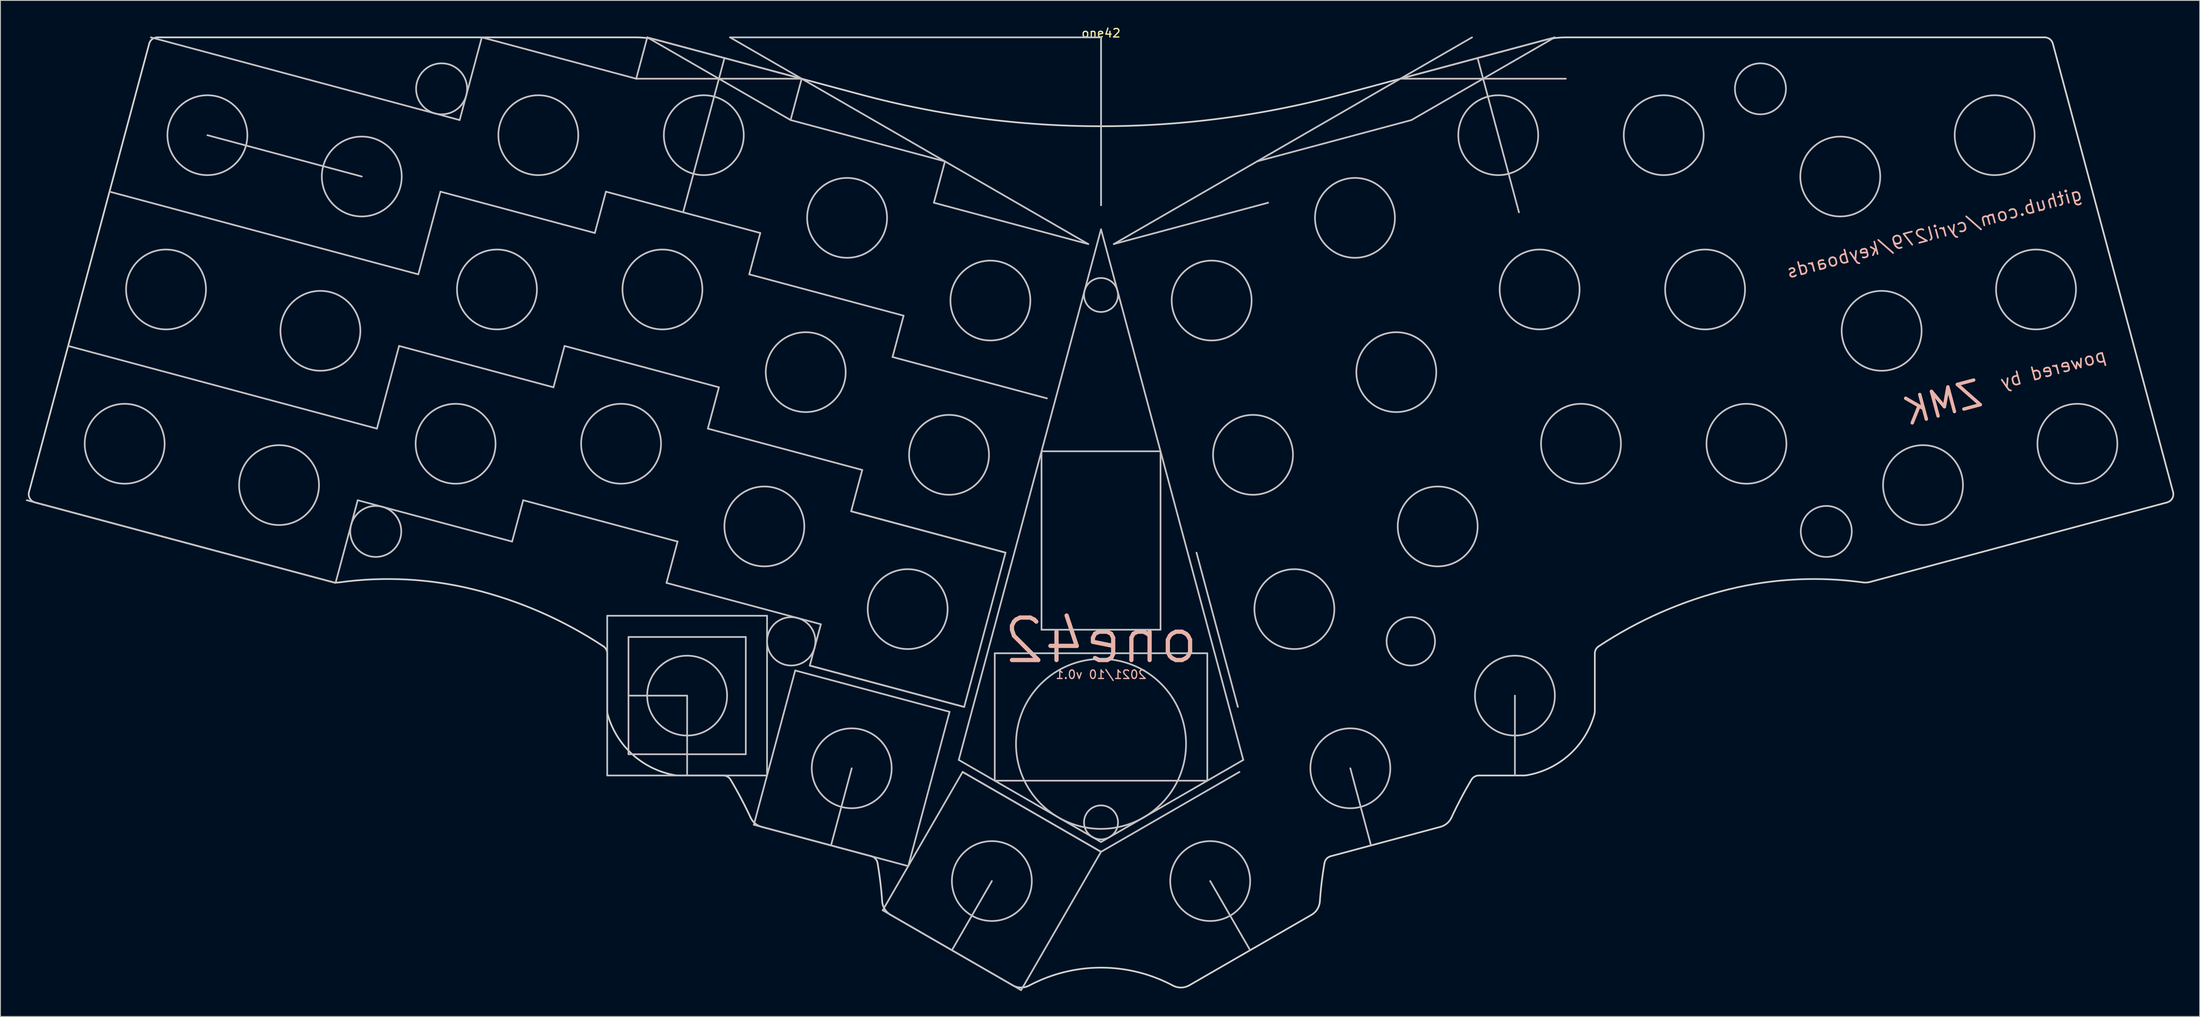
<source format=kicad_pcb>
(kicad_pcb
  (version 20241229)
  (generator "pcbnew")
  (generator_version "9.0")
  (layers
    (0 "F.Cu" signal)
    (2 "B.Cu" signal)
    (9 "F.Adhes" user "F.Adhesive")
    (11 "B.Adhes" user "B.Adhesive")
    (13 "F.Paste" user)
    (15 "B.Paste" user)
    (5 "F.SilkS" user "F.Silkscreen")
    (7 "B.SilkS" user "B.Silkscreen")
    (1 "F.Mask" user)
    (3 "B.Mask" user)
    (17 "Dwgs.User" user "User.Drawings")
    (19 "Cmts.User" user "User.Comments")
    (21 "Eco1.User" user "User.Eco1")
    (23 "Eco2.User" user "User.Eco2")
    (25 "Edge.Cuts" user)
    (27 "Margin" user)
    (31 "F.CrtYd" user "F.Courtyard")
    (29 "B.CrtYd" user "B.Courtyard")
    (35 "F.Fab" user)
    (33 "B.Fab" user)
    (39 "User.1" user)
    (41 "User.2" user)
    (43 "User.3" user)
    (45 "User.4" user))
  (footprint "one42"
    (layer "F.Cu")
    (at 126.458 1.348)
    (property "Reference" "one42" (at 0 -0.5 0) (unlocked yes) (layer "F.SilkS") (effects (font (size 1 1) (thickness 0.15))))
    (fp_line (start -12.5 72.5) (end -9.5 72.5) (stroke (width 0.12) (type solid)) (layer "F.SilkS"))
    (fp_line (start -12.5 75.5) (end -12.5 72.5) (stroke (width 0.12) (type solid)) (layer "F.SilkS"))
    (fp_line (start -12.5 87.5) (end -12.5 84.5) (stroke (width 0.12) (type solid)) (layer "F.SilkS"))
    (fp_line (start -9.5 87.5) (end -12.5 87.5) (stroke (width 0.12) (type solid)) (layer "F.SilkS"))
    (fp_line (start 9.5 72.5) (end 12.5 72.5) (stroke (width 0.12) (type solid)) (layer "F.SilkS"))
    (fp_line (start 12.5 72.5) (end 12.5 75.5) (stroke (width 0.12) (type solid)) (layer "F.SilkS"))
    (fp_line (start 12.5 84.5) (end 12.5 87.5) (stroke (width 0.12) (type solid)) (layer "F.SilkS"))
    (fp_line (start 12.5 87.5) (end 9.5 87.5) (stroke (width 0.12) (type solid)) (layer "F.SilkS"))
    (fp_line (start -105.113 11.513) (end -86.954 16.378) (stroke (width 0.2) (type solid)) (layer "Dwgs.User"))
    (fp_line (start -90.039 64.21) (end -126.358 54.478) (stroke (width 0.2) (type solid)) (layer "Dwgs.User"))
    (fp_line (start -87.431 54.478) (end -90.039 64.21) (stroke (width 0.2) (type solid)) (layer "Dwgs.User"))
    (fp_line (start -85.173 46.05) (end -121.492 36.319) (stroke (width 0.2) (type solid)) (layer "Dwgs.User"))
    (fp_line (start -82.565 36.319) (end -85.173 46.05) (stroke (width 0.2) (type solid)) (layer "Dwgs.User"))
    (fp_line (start -80.307 27.891) (end -116.626 18.159) (stroke (width 0.2) (type solid)) (layer "Dwgs.User"))
    (fp_line (start -77.7 18.159) (end -80.307 27.891) (stroke (width 0.2) (type solid)) (layer "Dwgs.User"))
    (fp_line (start -75.441 9.732) (end -111.76 0) (stroke (width 0.2) (type solid)) (layer "Dwgs.User"))
    (fp_line (start -72.834 0) (end -75.441 9.732) (stroke (width 0.2) (type solid)) (layer "Dwgs.User"))
    (fp_line (start -69.272 59.344) (end -87.431 54.478) (stroke (width 0.2) (type solid)) (layer "Dwgs.User"))
    (fp_line (start -69.272 59.344) (end -67.968 54.478) (stroke (width 0.2) (type solid)) (layer "Dwgs.User"))
    (fp_line (start -67.968 54.478) (end -49.809 59.344) (stroke (width 0.2) (type solid)) (layer "Dwgs.User"))
    (fp_line (start -64.406 41.185) (end -82.565 36.319) (stroke (width 0.2) (type solid)) (layer "Dwgs.User"))
    (fp_line (start -64.406 41.185) (end -63.102 36.319) (stroke (width 0.2) (type solid)) (layer "Dwgs.User"))
    (fp_line (start -63.102 36.319) (end -44.943 41.185) (stroke (width 0.2) (type solid)) (layer "Dwgs.User"))
    (fp_line (start -59.54 23.025) (end -77.7 18.159) (stroke (width 0.2) (type solid)) (layer "Dwgs.User"))
    (fp_line (start -59.54 23.025) (end -58.236 18.159) (stroke (width 0.2) (type solid)) (layer "Dwgs.User"))
    (fp_line (start -58.236 18.159) (end -40.077 23.025) (stroke (width 0.2) (type solid)) (layer "Dwgs.User"))
    (fp_line (start -58.084 68.076) (end -39.284 68.076) (stroke (width 0.2) (type solid)) (layer "Dwgs.User"))
    (fp_line (start -58.084 86.876) (end -58.084 68.076) (stroke (width 0.2) (type solid)) (layer "Dwgs.User"))
    (fp_line (start -55.584 70.576) (end -55.584 84.376) (stroke (width 0.2) (type solid)) (layer "Dwgs.User"))
    (fp_line (start -55.584 84.376) (end -41.784 84.376) (stroke (width 0.2) (type solid)) (layer "Dwgs.User"))
    (fp_line (start -54.674 4.866) (end -72.834 0) (stroke (width 0.2) (type solid)) (layer "Dwgs.User"))
    (fp_line (start -54.674 4.866) (end -53.371 0) (stroke (width 0.2) (type solid)) (layer "Dwgs.User"))
    (fp_line (start -53.371 0) (end -36.515 9.732) (stroke (width 0.2) (type solid)) (layer "Dwgs.User"))
    (fp_line (start -53.371 0) (end -35.211 4.866) (stroke (width 0.2) (type solid)) (layer "Dwgs.User"))
    (fp_line (start -51.112 64.21) (end -32.953 69.076) (stroke (width 0.2) (type solid)) (layer "Dwgs.User"))
    (fp_line (start -49.809 59.344) (end -51.112 64.21) (stroke (width 0.2) (type solid)) (layer "Dwgs.User"))
    (fp_line (start -48.684 77.476) (end -55.584 77.476) (stroke (width 0.2) (type solid)) (layer "Dwgs.User"))
    (fp_line (start -48.684 86.876) (end -48.684 77.476) (stroke (width 0.2) (type solid)) (layer "Dwgs.User"))
    (fp_line (start -46.247 46.05) (end -28.087 50.916) (stroke (width 0.2) (type solid)) (layer "Dwgs.User"))
    (fp_line (start -44.943 41.185) (end -46.247 46.05) (stroke (width 0.2) (type solid)) (layer "Dwgs.User"))
    (fp_line (start -44.291 2.433) (end -49.157 20.592) (stroke (width 0.2) (type solid)) (layer "Dwgs.User"))
    (fp_line (start -43.639 0) (end -1.5 24.329) (stroke (width 0.2) (type solid)) (layer "Dwgs.User"))
    (fp_line (start -41.784 70.576) (end -55.584 70.576) (stroke (width 0.2) (type solid)) (layer "Dwgs.User"))
    (fp_line (start -41.784 84.376) (end -41.784 70.576) (stroke (width 0.2) (type solid)) (layer "Dwgs.User"))
    (fp_line (start -41.381 27.891) (end -23.221 32.757) (stroke (width 0.2) (type solid)) (layer "Dwgs.User"))
    (fp_line (start -40.838 92.676) (end -22.679 97.542) (stroke (width 0.2) (type solid)) (layer "Dwgs.User"))
    (fp_line (start -40.077 23.025) (end -41.381 27.891) (stroke (width 0.2) (type solid)) (layer "Dwgs.User"))
    (fp_line (start -39.284 68.076) (end -39.284 86.876) (stroke (width 0.2) (type solid)) (layer "Dwgs.User"))
    (fp_line (start -39.284 86.876) (end -58.084 86.876) (stroke (width 0.2) (type solid)) (layer "Dwgs.User"))
    (fp_line (start -36.515 9.732) (end -18.356 14.597) (stroke (width 0.2) (type solid)) (layer "Dwgs.User"))
    (fp_line (start -35.973 74.517) (end -40.838 92.676) (stroke (width 0.2) (type solid)) (layer "Dwgs.User"))
    (fp_line (start -35.211 4.866) (end -54.674 4.866) (stroke (width 0.2) (type solid)) (layer "Dwgs.User"))
    (fp_line (start -35.211 4.866) (end -36.515 9.732) (stroke (width 0.2) (type solid)) (layer "Dwgs.User"))
    (fp_line (start -34.257 73.941) (end -16.097 78.807) (stroke (width 0.2) (type solid)) (layer "Dwgs.User"))
    (fp_line (start -34.257 73.941) (end -16.097 78.807) (stroke (width 0.2) (type solid)) (layer "Dwgs.User"))
    (fp_line (start -32.953 69.076) (end -34.257 73.941) (stroke (width 0.2) (type solid)) (layer "Dwgs.User"))
    (fp_line (start -29.391 55.782) (end -11.232 60.648) (stroke (width 0.2) (type solid)) (layer "Dwgs.User"))
    (fp_line (start -29.391 55.782) (end -11.232 60.648) (stroke (width 0.2) (type solid)) (layer "Dwgs.User"))
    (fp_line (start -29.326 86.03) (end -31.759 95.109) (stroke (width 0.2) (type solid)) (layer "Dwgs.User"))
    (fp_line (start -28.087 50.916) (end -29.391 55.782) (stroke (width 0.2) (type solid)) (layer "Dwgs.User"))
    (fp_line (start -25.681 102.742) (end -9.4 112.142) (stroke (width 0.2) (type solid)) (layer "Dwgs.User"))
    (fp_line (start -24.525 37.623) (end -6.366 42.488) (stroke (width 0.2) (type solid)) (layer "Dwgs.User"))
    (fp_line (start -23.221 32.757) (end -24.525 37.623) (stroke (width 0.2) (type solid)) (layer "Dwgs.User"))
    (fp_line (start -22.679 97.542) (end -17.813 79.383) (stroke (width 0.2) (type solid)) (layer "Dwgs.User"))
    (fp_line (start -19.659 19.463) (end -1.5 24.329) (stroke (width 0.2) (type solid)) (layer "Dwgs.User"))
    (fp_line (start -18.356 14.597) (end -19.659 19.463) (stroke (width 0.2) (type solid)) (layer "Dwgs.User"))
    (fp_line (start -17.813 79.383) (end -35.973 74.517) (stroke (width 0.2) (type solid)) (layer "Dwgs.User"))
    (fp_line (start -17.541 107.442) (end -12.841 99.302) (stroke (width 0.2) (type solid)) (layer "Dwgs.User"))
    (fp_line (start -16.734 85.045) (end 0 94.706) (stroke (width 0.2) (type solid)) (layer "Dwgs.User"))
    (fp_line (start -16.281 86.461) (end -25.681 102.742) (stroke (width 0.2) (type solid)) (layer "Dwgs.User"))
    (fp_line (start -16.281 86.461) (end 0 95.861) (stroke (width 0.2) (type solid)) (layer "Dwgs.User"))
    (fp_line (start -16.097 78.807) (end -11.232 60.648) (stroke (width 0.2) (type solid)) (layer "Dwgs.User"))
    (fp_line (start -12.5 72.489) (end -12.5 87.489) (stroke (width 0.2) (type solid)) (layer "Dwgs.User"))
    (fp_line (start -12.5 87.489) (end 12.5 87.489) (stroke (width 0.2) (type solid)) (layer "Dwgs.User"))
    (fp_line (start -9.4 112.142) (end 0 95.861) (stroke (width 0.2) (type solid)) (layer "Dwgs.User"))
    (fp_line (start -7 48.719) (end 7 48.719) (stroke (width 0.2) (type solid)) (layer "Dwgs.User"))
    (fp_line (start -7 69.719) (end -7 48.719) (stroke (width 0.2) (type solid)) (layer "Dwgs.User"))
    (fp_line (start 0 0) (end -43.639 0) (stroke (width 0.2) (type solid)) (layer "Dwgs.User"))
    (fp_line (start 0 0) (end 0 19.759) (stroke (width 0.2) (type solid)) (layer "Dwgs.User"))
    (fp_line (start 0 0) (end 0 19.759) (stroke (width 0.2) (type solid)) (layer "Dwgs.User"))
    (fp_line (start 0 22.595) (end -16.734 85.045) (stroke (width 0.2) (type solid)) (layer "Dwgs.User"))
    (fp_line (start 0 22.595) (end 16.734 85.045) (stroke (width 0.2) (type solid)) (layer "Dwgs.User"))
    (fp_line (start 0 95.861) (end -16.281 86.461) (stroke (width 0.2) (type solid)) (layer "Dwgs.User"))
    (fp_line (start 7 48.719) (end 7 69.719) (stroke (width 0.2) (type solid)) (layer "Dwgs.User"))
    (fp_line (start 7 69.719) (end -7 69.719) (stroke (width 0.2) (type solid)) (layer "Dwgs.User"))
    (fp_line (start 12.5 72.489) (end -12.5 72.489) (stroke (width 0.2) (type solid)) (layer "Dwgs.User"))
    (fp_line (start 12.5 87.489) (end 12.5 72.489) (stroke (width 0.2) (type solid)) (layer "Dwgs.User"))
    (fp_line (start 16.097 78.807) (end 11.232 60.648) (stroke (width 0.2) (type solid)) (layer "Dwgs.User"))
    (fp_line (start 16.281 86.461) (end 0 95.861) (stroke (width 0.2) (type solid)) (layer "Dwgs.User"))
    (fp_line (start 16.734 85.045) (end 0 94.706) (stroke (width 0.2) (type solid)) (layer "Dwgs.User"))
    (fp_line (start 17.541 107.442) (end 12.841 99.302) (stroke (width 0.2) (type solid)) (layer "Dwgs.User"))
    (fp_line (start 19.659 19.463) (end 1.5 24.329) (stroke (width 0.2) (type solid)) (layer "Dwgs.User"))
    (fp_line (start 29.326 86.03) (end 31.759 95.109) (stroke (width 0.2) (type solid)) (layer "Dwgs.User"))
    (fp_line (start 35.211 4.866) (end 54.674 4.866) (stroke (width 0.2) (type solid)) (layer "Dwgs.User"))
    (fp_line (start 36.515 9.732) (end 18.356 14.597) (stroke (width 0.2) (type solid)) (layer "Dwgs.User"))
    (fp_line (start 43.639 0) (end 1.5 24.329) (stroke (width 0.2) (type solid)) (layer "Dwgs.User"))
    (fp_line (start 44.291 2.433) (end 49.157 20.592) (stroke (width 0.2) (type solid)) (layer "Dwgs.User"))
    (fp_line (start 48.684 86.876) (end 48.684 77.476) (stroke (width 0.2) (type solid)) (layer "Dwgs.User"))
    (fp_line (start 53.371 0) (end 35.211 4.866) (stroke (width 0.2) (type solid)) (layer "Dwgs.User"))
    (fp_line (start 53.371 0) (end 36.515 9.732) (stroke (width 0.2) (type solid)) (layer "Dwgs.User"))
    (fp_circle (center -114.845 47.831) (end -110.145 47.831) (stroke (width 0.2) (type solid)) (fill no) (layer "Dwgs.User"))
    (fp_circle (center -109.979 29.672) (end -105.279 29.672) (stroke (width 0.2) (type solid)) (fill no) (layer "Dwgs.User"))
    (fp_circle (center -105.113 11.513) (end -100.413 11.513) (stroke (width 0.2) (type solid)) (fill no) (layer "Dwgs.User"))
    (fp_circle (center -96.686 52.697) (end -91.986 52.697) (stroke (width 0.2) (type solid)) (fill no) (layer "Dwgs.User"))
    (fp_circle (center -91.82 34.538) (end -87.12 34.538) (stroke (width 0.2) (type solid)) (fill no) (layer "Dwgs.User"))
    (fp_circle (center -86.954 16.378) (end -82.254 16.378) (stroke (width 0.2) (type solid)) (fill no) (layer "Dwgs.User"))
    (fp_circle (center -85.31 58.152) (end -82.31 58.152) (stroke (width 0.2) (type solid)) (fill no) (layer "Dwgs.User"))
    (fp_circle (center -77.563 6.057) (end -74.563 6.057) (stroke (width 0.2) (type solid)) (fill no) (layer "Dwgs.User"))
    (fp_circle (center -75.919 47.831) (end -71.219 47.831) (stroke (width 0.2) (type solid)) (fill no) (layer "Dwgs.User"))
    (fp_circle (center -71.053 29.672) (end -66.353 29.672) (stroke (width 0.2) (type solid)) (fill no) (layer "Dwgs.User"))
    (fp_circle (center -66.187 11.513) (end -61.487 11.513) (stroke (width 0.2) (type solid)) (fill no) (layer "Dwgs.User"))
    (fp_circle (center -56.455 47.831) (end -51.755 47.831) (stroke (width 0.2) (type solid)) (fill no) (layer "Dwgs.User"))
    (fp_circle (center -51.59 29.672) (end -46.89 29.672) (stroke (width 0.2) (type solid)) (fill no) (layer "Dwgs.User"))
    (fp_circle (center -48.684 77.476) (end -43.984 77.476) (stroke (width 0.2) (type solid)) (fill no) (layer "Dwgs.User"))
    (fp_circle (center -46.724 11.513) (end -42.024 11.513) (stroke (width 0.2) (type solid)) (fill no) (layer "Dwgs.User"))
    (fp_circle (center -39.6 57.563) (end -34.9 57.563) (stroke (width 0.2) (type solid)) (fill no) (layer "Dwgs.User"))
    (fp_circle (center -36.438 71.088) (end -33.593 71.088) (stroke (width 0.2) (type solid)) (fill no) (layer "Dwgs.User"))
    (fp_circle (center -34.734 39.404) (end -30.034 39.404) (stroke (width 0.2) (type solid)) (fill no) (layer "Dwgs.User"))
    (fp_circle (center -29.868 21.244) (end -25.168 21.244) (stroke (width 0.2) (type solid)) (fill no) (layer "Dwgs.User"))
    (fp_circle (center -29.326 86.03) (end -24.626 86.03) (stroke (width 0.2) (type solid)) (fill no) (layer "Dwgs.User"))
    (fp_circle (center -22.744 67.295) (end -18.044 67.295) (stroke (width 0.2) (type solid)) (fill no) (layer "Dwgs.User"))
    (fp_circle (center -17.878 49.135) (end -13.178 49.135) (stroke (width 0.2) (type solid)) (fill no) (layer "Dwgs.User"))
    (fp_circle (center -13.013 30.976) (end -8.313 30.976) (stroke (width 0.2) (type solid)) (fill no) (layer "Dwgs.User"))
    (fp_circle (center -12.841 99.302) (end -8.141 99.302) (stroke (width 0.2) (type solid)) (fill no) (layer "Dwgs.User"))
    (fp_circle (center 0 30.322) (end 2 30.322) (stroke (width 0.2) (type solid)) (fill no) (layer "Dwgs.User"))
    (fp_circle (center 0 83.159) (end 10 83.159) (stroke (width 0.2) (type solid)) (fill no) (layer "Dwgs.User"))
    (fp_circle (center 0 92.397) (end 2 92.397) (stroke (width 0.2) (type solid)) (fill no) (layer "Dwgs.User"))
    (fp_circle (center 12.841 99.302) (end 17.541 99.302) (stroke (width 0.2) (type solid)) (fill no) (layer "Dwgs.User"))
    (fp_circle (center 13.013 30.976) (end 17.713 30.976) (stroke (width 0.2) (type solid)) (fill no) (layer "Dwgs.User"))
    (fp_circle (center 17.878 49.135) (end 22.578 49.135) (stroke (width 0.2) (type solid)) (fill no) (layer "Dwgs.User"))
    (fp_circle (center 22.744 67.295) (end 27.444 67.295) (stroke (width 0.2) (type solid)) (fill no) (layer "Dwgs.User"))
    (fp_circle (center 29.326 86.03) (end 34.026 86.03) (stroke (width 0.2) (type solid)) (fill no) (layer "Dwgs.User"))
    (fp_circle (center 29.868 21.244) (end 34.568 21.244) (stroke (width 0.2) (type solid)) (fill no) (layer "Dwgs.User"))
    (fp_circle (center 34.734 39.404) (end 39.434 39.404) (stroke (width 0.2) (type solid)) (fill no) (layer "Dwgs.User"))
    (fp_circle (center 36.438 71.088) (end 39.284 71.088) (stroke (width 0.2) (type solid)) (fill no) (layer "Dwgs.User"))
    (fp_circle (center 39.6 57.563) (end 44.3 57.563) (stroke (width 0.2) (type solid)) (fill no) (layer "Dwgs.User"))
    (fp_circle (center 46.724 11.513) (end 51.424 11.513) (stroke (width 0.2) (type solid)) (fill no) (layer "Dwgs.User"))
    (fp_circle (center 48.684 77.476) (end 53.384 77.476) (stroke (width 0.2) (type solid)) (fill no) (layer "Dwgs.User"))
    (fp_circle (center 51.59 29.672) (end 56.29 29.672) (stroke (width 0.2) (type solid)) (fill no) (layer "Dwgs.User"))
    (fp_circle (center 56.455 47.831) (end 61.155 47.831) (stroke (width 0.2) (type solid)) (fill no) (layer "Dwgs.User"))
    (fp_circle (center 66.187 11.513) (end 70.887 11.513) (stroke (width 0.2) (type solid)) (fill no) (layer "Dwgs.User"))
    (fp_circle (center 71.053 29.672) (end 75.753 29.672) (stroke (width 0.2) (type solid)) (fill no) (layer "Dwgs.User"))
    (fp_circle (center 75.919 47.831) (end 80.619 47.831) (stroke (width 0.2) (type solid)) (fill no) (layer "Dwgs.User"))
    (fp_circle (center 77.563 6.057) (end 80.563 6.057) (stroke (width 0.2) (type solid)) (fill no) (layer "Dwgs.User"))
    (fp_circle (center 85.31 58.152) (end 88.31 58.152) (stroke (width 0.2) (type solid)) (fill no) (layer "Dwgs.User"))
    (fp_circle (center 86.954 16.378) (end 91.654 16.378) (stroke (width 0.2) (type solid)) (fill no) (layer "Dwgs.User"))
    (fp_circle (center 91.82 34.538) (end 96.52 34.538) (stroke (width 0.2) (type solid)) (fill no) (layer "Dwgs.User"))
    (fp_circle (center 96.686 52.697) (end 101.386 52.697) (stroke (width 0.2) (type solid)) (fill no) (layer "Dwgs.User"))
    (fp_circle (center 105.113 11.513) (end 109.813 11.513) (stroke (width 0.2) (type solid)) (fill no) (layer "Dwgs.User"))
    (fp_circle (center 109.979 29.672) (end 114.679 29.672) (stroke (width 0.2) (type solid)) (fill no) (layer "Dwgs.User"))
    (fp_circle (center 114.845 47.831) (end 119.545 47.831) (stroke (width 0.2) (type solid)) (fill no) (layer "Dwgs.User"))
    (fp_line (start -125.392 54.737) (end -90.435 64.104) (stroke (width 0.2) (type solid)) (layer "Edge.Cuts"))
    (fp_line (start -111.959 0.741) (end -126.099 53.512) (stroke (width 0.2) (type solid)) (layer "Edge.Cuts"))
    (fp_line (start -58.084 72.51) (end -58.084 79.216) (stroke (width 0.2) (type solid)) (layer "Edge.Cuts"))
    (fp_line (start -54.687 0) (end -110.993 0) (stroke (width 0.2) (type solid)) (layer "Edge.Cuts"))
    (fp_line (start -49.739 86.876) (end -44.436 86.876) (stroke (width 0.2) (type solid)) (layer "Edge.Cuts"))
    (fp_line (start -39.923 92.922) (end -27.013 96.381) (stroke (width 0.2) (type solid)) (layer "Edge.Cuts"))
    (fp_line (start -28.179 6.75) (end -52.099 0.341) (stroke (width 0.2) (type solid)) (layer "Edge.Cuts"))
    (fp_line (start -24.747 103.282) (end -10.394 111.568) (stroke (width 0.2) (type solid)) (layer "Edge.Cuts"))
    (fp_line (start 10.394 111.568) (end 24.747 103.282) (stroke (width 0.2) (type solid)) (layer "Edge.Cuts"))
    (fp_line (start 27.013 96.381) (end 39.923 92.922) (stroke (width 0.2) (type solid)) (layer "Edge.Cuts"))
    (fp_line (start 44.436 86.876) (end 49.739 86.876) (stroke (width 0.2) (type solid)) (layer "Edge.Cuts"))
    (fp_line (start 52.099 0.341) (end 28.179 6.75) (stroke (width 0.2) (type solid)) (layer "Edge.Cuts"))
    (fp_line (start 58.084 79.216) (end 58.084 72.51) (stroke (width 0.2) (type solid)) (layer "Edge.Cuts"))
    (fp_line (start 90.435 64.104) (end 125.392 54.737) (stroke (width 0.2) (type solid)) (layer "Edge.Cuts"))
    (fp_line (start 110.993 0) (end 54.687 0) (stroke (width 0.2) (type solid)) (layer "Edge.Cuts"))
    (fp_line (start 126.099 53.512) (end 111.959 0.741) (stroke (width 0.2) (type solid)) (layer "Edge.Cuts"))
    (fp_arc (start -125.391688 54.737034) (mid -125.998894 54.271108) (end -126.098794 53.51229) (stroke (width 0.2) (type solid)) (layer "Edge.Cuts"))
    (fp_arc (start -111.958817 0.74118) (mid -111.601653 0.206646) (end -110.992892 0) (stroke (width 0.2) (type solid)) (layer "Edge.Cuts"))
    (fp_arc (start -89.642148 64.152777) (mid -90.041033 64.167974) (end -90.434991 64.103654) (stroke (width 0.2) (type solid)) (layer "Edge.Cuts"))
    (fp_arc (start -89.642147 64.152777) (mid -81.71552 63.808181) (end -73.865523 64.960439) (stroke (width 0.2) (type solid)) (layer "Edge.Cuts"))
    (fp_arc (start -73.865523 64.960438) (mid -65.908404 67.65551) (end -58.531848 71.676154) (stroke (width 0.2) (type solid)) (layer "Edge.Cuts"))
    (fp_arc (start -58.531848 71.676154) (mid -58.203246 72.036655) (end -58.084276 72.509715) (stroke (width 0.2) (type solid)) (layer "Edge.Cuts"))
    (fp_arc (start -58.005228 79.77281) (mid -58.064416 79.497238) (end -58.084276 79.216083) (stroke (width 0.2) (type solid)) (layer "Edge.Cuts"))
    (fp_arc (start -54.687167 -0.000001) (mid -53.381905 0.08555) (end -52.098977 0.340741) (stroke (width 0.2) (type solid)) (layer "Edge.Cuts"))
    (fp_arc (start -50.074045 86.84814) (mid -55.057442 84.451396) (end -58.005228 79.772809) (stroke (width 0.2) (type solid)) (layer "Edge.Cuts"))
    (fp_arc (start -49.73933 86.876346) (mid -49.907281 86.869282) (end -50.074045 86.848139) (stroke (width 0.2) (type solid)) (layer "Edge.Cuts"))
    (fp_arc (start -44.436438 86.876346) (mid -43.94242 87.006894) (end -43.577388 87.364454) (stroke (width 0.2) (type solid)) (layer "Edge.Cuts"))
    (fp_arc (start -43.577388 87.364454) (mid -42.341139 89.566856) (end -41.220561 91.830303) (stroke (width 0.2) (type solid)) (layer "Edge.Cuts"))
    (fp_arc (start -39.923453 92.921502) (mid -40.693325 92.520113) (end -41.220561 91.830303) (stroke (width 0.2) (type solid)) (layer "Edge.Cuts"))
    (fp_arc (start -27.012584 96.380958) (mid -26.532751 96.672797) (end -26.285896 97.177249) (stroke (width 0.2) (type solid)) (layer "Edge.Cuts"))
    (fp_arc (start -26.285896 97.177249) (mid -25.957056 99.425966) (end -25.742167 101.688418) (stroke (width 0.2) (type solid)) (layer "Edge.Cuts"))
    (fp_arc (start -24.746988 103.281696) (mid -25.44328 102.609169) (end -25.742167 101.688418) (stroke (width 0.2) (type solid)) (layer "Edge.Cuts"))
    (fp_arc (start -8.454613 111.601989) (mid 0 109.492852) (end 8.454612 111.601989) (stroke (width 0.2) (type solid)) (layer "Edge.Cuts"))
    (fp_arc (start -8.454611 111.60199) (mid -9.428658 111.836039) (end -10.394013 111.568389) (stroke (width 0.2) (type solid)) (layer "Edge.Cuts"))
    (fp_arc (start 10.394013 111.568388) (mid 9.428659 111.836037) (end 8.454612 111.601989) (stroke (width 0.2) (type solid)) (layer "Edge.Cuts"))
    (fp_arc (start 25.742166 101.688418) (mid 25.443279 102.609168) (end 24.746987 103.281695) (stroke (width 0.2) (type solid)) (layer "Edge.Cuts"))
    (fp_arc (start 25.742167 101.688418) (mid 25.957057 99.425966) (end 26.285896 97.177249) (stroke (width 0.2) (type solid)) (layer "Edge.Cuts"))
    (fp_arc (start 26.285896 97.177249) (mid 26.532751 96.672797) (end 27.012584 96.380958) (stroke (width 0.2) (type solid)) (layer "Edge.Cuts"))
    (fp_arc (start 28.1793 6.749999) (mid 0 10.459874) (end -28.1793 6.749999) (stroke (width 0.2) (type solid)) (layer "Edge.Cuts"))
    (fp_arc (start 41.220561 91.830302) (mid 40.693326 92.520112) (end 39.923454 92.921501) (stroke (width 0.2) (type solid)) (layer "Edge.Cuts"))
    (fp_arc (start 41.220561 91.830303) (mid 42.341139 89.566856) (end 43.577388 87.364454) (stroke (width 0.2) (type solid)) (layer "Edge.Cuts"))
    (fp_arc (start 43.577389 87.364454) (mid 43.94242 87.006895) (end 44.436438 86.876347) (stroke (width 0.2) (type solid)) (layer "Edge.Cuts"))
    (fp_arc (start 50.074045 86.84814) (mid 49.907281 86.869283) (end 49.73933 86.876347) (stroke (width 0.2) (type solid)) (layer "Edge.Cuts"))
    (fp_arc (start 52.098978 0.340742) (mid 53.381906 0.085552) (end 54.687168 0) (stroke (width 0.2) (type solid)) (layer "Edge.Cuts"))
    (fp_arc (start 58.005227 79.772808) (mid 55.057441 84.451395) (end 50.074045 86.848139) (stroke (width 0.2) (type solid)) (layer "Edge.Cuts"))
    (fp_arc (start 58.084276 72.509715) (mid 58.203246 72.036655) (end 58.531848 71.676154) (stroke (width 0.2) (type solid)) (layer "Edge.Cuts"))
    (fp_arc (start 58.084276 79.216082) (mid 58.064415 79.497237) (end 58.005228 79.772809) (stroke (width 0.2) (type solid)) (layer "Edge.Cuts"))
    (fp_arc (start 58.531848 71.676155) (mid 65.908404 67.655512) (end 73.865523 64.960439) (stroke (width 0.2) (type solid)) (layer "Edge.Cuts"))
    (fp_arc (start 73.865524 64.960439) (mid 81.715521 63.808182) (end 89.642148 64.152777) (stroke (width 0.2) (type solid)) (layer "Edge.Cuts"))
    (fp_arc (start 90.434991 64.103654) (mid 90.041033 64.167974) (end 89.642148 64.152777) (stroke (width 0.2) (type solid)) (layer "Edge.Cuts"))
    (fp_arc (start 110.992892 -0.000001) (mid 111.601653 0.206646) (end 111.958818 0.74118) (stroke (width 0.2) (type solid)) (layer "Edge.Cuts"))
    (fp_arc (start 126.098795 53.51229) (mid 125.998894 54.271109) (end 125.391688 54.737035) (stroke (width 0.2) (type solid)) (layer "Edge.Cuts"))
    (fp_text user "powered by" (at 112 39 15) (unlocked yes) (layer "B.SilkS") (effects (font (size 1.5 1.5) (thickness 0.2)) (justify mirror)))
    (fp_text user "2021/10 v0.1" (at 0 75 0) (unlocked yes) (layer "B.SilkS") (effects (font (size 1 1) (thickness 0.15)) (justify mirror)))
    (fp_text user "github.com/cyril279/keyboards" (at 98 23 15) (unlocked yes) (layer "B.SilkS") (effects (font (size 1.5 1.5) (thickness 0.2)) (justify mirror)))
    (fp_text user "one42" (at 0 71 0) (unlocked yes) (layer "B.SilkS") (effects (font (size 5 5) (thickness 0.5)) (justify mirror)))
    (fp_text user "ZMK" (at 99 43 15) (unlocked yes) (layer "B.SilkS") (effects (font (size 3 3) (thickness 0.4)) (justify mirror))))
  (gr_rect
    (start -3 -3)
    (end 255.69 116.591)
    (stroke (width 0.1) (type default))
    (fill no)
    (layer "Edge.Cuts")))
</source>
